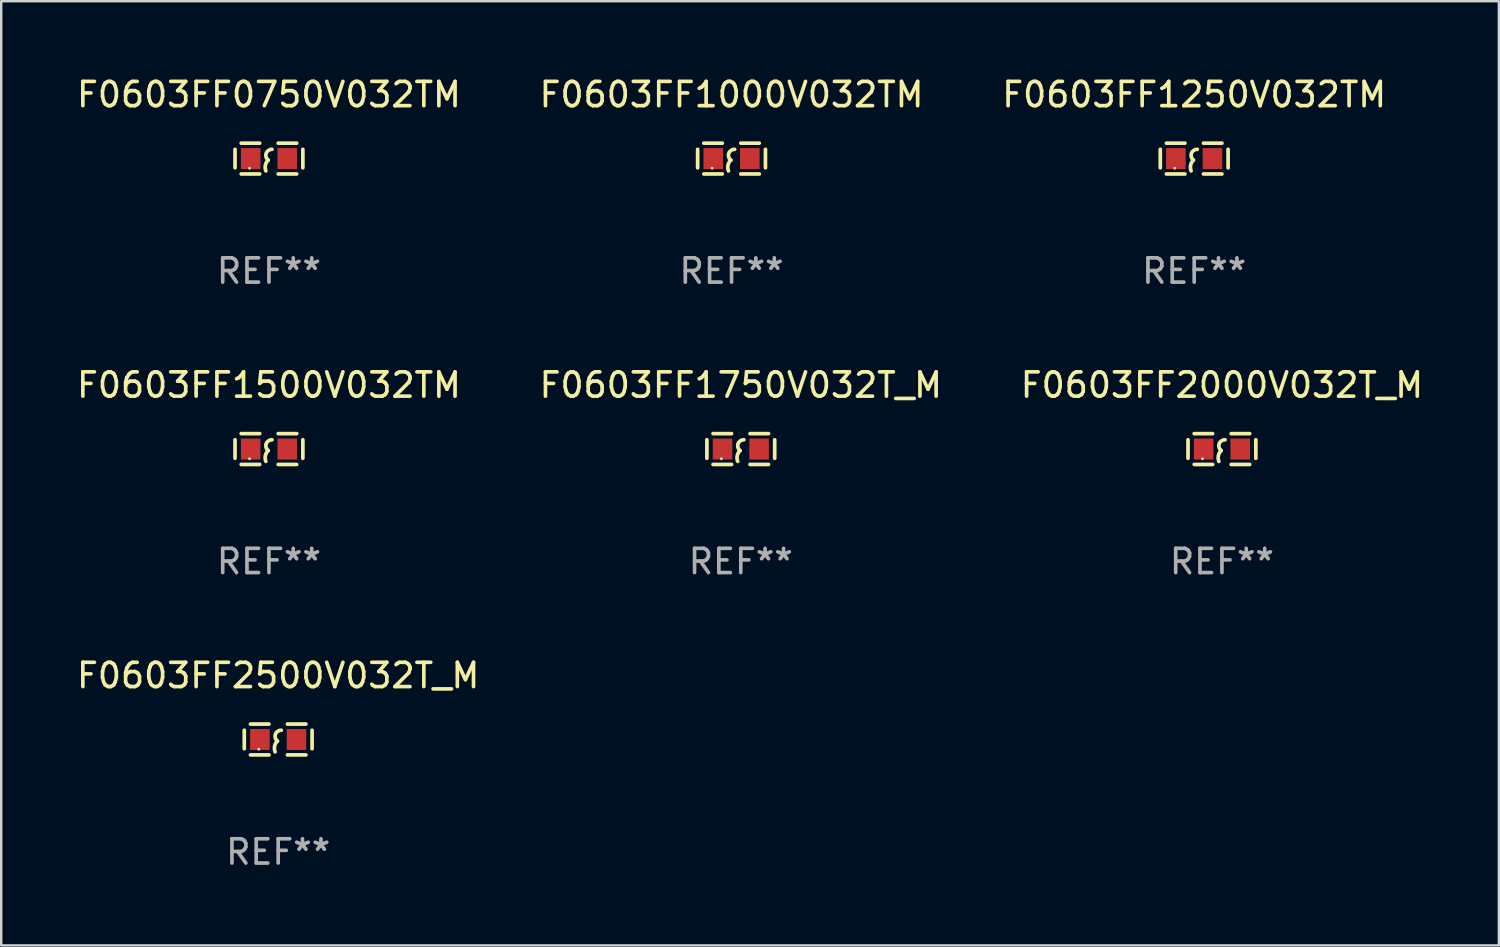
<source format=kicad_pcb>
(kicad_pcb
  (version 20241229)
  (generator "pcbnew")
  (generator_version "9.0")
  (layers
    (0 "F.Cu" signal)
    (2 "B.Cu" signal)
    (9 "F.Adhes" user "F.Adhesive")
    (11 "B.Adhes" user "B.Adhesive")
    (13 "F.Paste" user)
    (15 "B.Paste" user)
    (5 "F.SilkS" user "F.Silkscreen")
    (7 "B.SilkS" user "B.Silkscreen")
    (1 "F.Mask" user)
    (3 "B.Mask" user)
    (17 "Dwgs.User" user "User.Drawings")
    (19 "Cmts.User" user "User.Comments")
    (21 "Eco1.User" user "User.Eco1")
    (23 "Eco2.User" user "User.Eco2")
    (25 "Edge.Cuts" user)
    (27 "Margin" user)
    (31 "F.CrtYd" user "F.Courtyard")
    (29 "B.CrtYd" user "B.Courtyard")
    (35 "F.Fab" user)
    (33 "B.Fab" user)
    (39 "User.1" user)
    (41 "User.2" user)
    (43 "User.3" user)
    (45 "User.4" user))
  (footprint "F0603FF1500V032TM"
    (layer "F.Cu")
    (at 8.03 15.45)
    (property "Reference" "F0603FF1500V032TM" (at 0 -2.635 0) (layer "F.SilkS") (effects (font (size 1 1) (thickness 0.15))))
    (attr through_hole)
    (fp_line (start -1.397 -0.381) (end -1.397 0.381) (stroke (width 0.152) (type solid)) (layer "F.SilkS"))
    (fp_line (start -0.381 -0.635) (end -1.143 -0.635) (stroke (width 0.152) (type solid)) (layer "F.SilkS"))
    (fp_line (start -0.381 0.635) (end -1.143 0.635) (stroke (width 0.152) (type solid)) (layer "F.SilkS"))
    (fp_line (start 0.381 -0.635) (end 1.143 -0.635) (stroke (width 0.152) (type solid)) (layer "F.SilkS"))
    (fp_line (start 0.381 0.635) (end 1.143 0.635) (stroke (width 0.152) (type solid)) (layer "F.SilkS"))
    (fp_line (start 1.397 -0.381) (end 1.397 0.381) (stroke (width 0.152) (type solid)) (layer "F.SilkS"))
    (fp_arc (start -0.127 0.508001) (mid -0.146523 0.271131) (end -0.030861 0.0635) (stroke (width 0.151994) (type solid)) (layer "F.SilkS"))
    (fp_arc (start -0.03175 0.0635) (mid -0.113571 -0.216321) (end 0.127001 -0.381002) (stroke (width 0.151994) (type solid)) (layer "F.SilkS"))
    (fp_circle (center -0.8 0.4) (end -0.77 0.4) (stroke (width 0.06) (type solid)) (fill no) (layer "F.SilkS"))
    (fp_text user "REF**" (at 0 4.635 0) (layer "F.Fab") (effects (font (size 1 1) (thickness 0.15))))
    (pad "1" smd rect (at -0.753 0) (size 0.806 0.864) (layers "F.Cu" "F.Mask" "F.Paste"))
    (pad "2" smd rect (at 0.753 0) (size 0.806 0.864) (layers "F.Cu" "F.Mask" "F.Paste")))
  (footprint "F0603FF2000V032T_M"
    (layer "F.Cu")
    (at 47.292 15.45)
    (property "Reference" "F0603FF2000V032T_M" (at 0 -2.635 0) (layer "F.SilkS") (effects (font (size 1 1) (thickness 0.15))))
    (attr through_hole)
    (fp_line (start -1.397 -0.381) (end -1.397 0.381) (stroke (width 0.152) (type solid)) (layer "F.SilkS"))
    (fp_line (start -0.381 -0.635) (end -1.143 -0.635) (stroke (width 0.152) (type solid)) (layer "F.SilkS"))
    (fp_line (start -0.381 0.635) (end -1.143 0.635) (stroke (width 0.152) (type solid)) (layer "F.SilkS"))
    (fp_line (start 0.381 -0.635) (end 1.143 -0.635) (stroke (width 0.152) (type solid)) (layer "F.SilkS"))
    (fp_line (start 0.381 0.635) (end 1.143 0.635) (stroke (width 0.152) (type solid)) (layer "F.SilkS"))
    (fp_line (start 1.397 -0.381) (end 1.397 0.381) (stroke (width 0.152) (type solid)) (layer "F.SilkS"))
    (fp_arc (start -0.127 0.508001) (mid -0.146523 0.271131) (end -0.030861 0.0635) (stroke (width 0.151994) (type solid)) (layer "F.SilkS"))
    (fp_arc (start -0.03175 0.0635) (mid -0.113571 -0.216321) (end 0.127001 -0.381002) (stroke (width 0.151994) (type solid)) (layer "F.SilkS"))
    (fp_circle (center -0.8 0.4) (end -0.77 0.4) (stroke (width 0.06) (type solid)) (fill no) (layer "F.SilkS"))
    (fp_text user "REF**" (at 0 4.635 0) (layer "F.Fab") (effects (font (size 1 1) (thickness 0.15))))
    (pad "1" smd rect (at -0.753 0) (size 0.806 0.864) (layers "F.Cu" "F.Mask" "F.Paste"))
    (pad "2" smd rect (at 0.753 0) (size 0.806 0.864) (layers "F.Cu" "F.Mask" "F.Paste")))
  (footprint "F0603FF0750V032TM"
    (layer "F.Cu")
    (at 8.03 3.483)
    (property "Reference" "F0603FF0750V032TM" (at 0 -2.635 0) (layer "F.SilkS") (effects (font (size 1 1) (thickness 0.15))))
    (attr through_hole)
    (fp_line (start -1.397 -0.381) (end -1.397 0.381) (stroke (width 0.152) (type solid)) (layer "F.SilkS"))
    (fp_line (start -0.381 -0.635) (end -1.143 -0.635) (stroke (width 0.152) (type solid)) (layer "F.SilkS"))
    (fp_line (start -0.381 0.635) (end -1.143 0.635) (stroke (width 0.152) (type solid)) (layer "F.SilkS"))
    (fp_line (start 0.381 -0.635) (end 1.143 -0.635) (stroke (width 0.152) (type solid)) (layer "F.SilkS"))
    (fp_line (start 0.381 0.635) (end 1.143 0.635) (stroke (width 0.152) (type solid)) (layer "F.SilkS"))
    (fp_line (start 1.397 -0.381) (end 1.397 0.381) (stroke (width 0.152) (type solid)) (layer "F.SilkS"))
    (fp_arc (start -0.127 0.508001) (mid -0.146523 0.271131) (end -0.030861 0.0635) (stroke (width 0.151994) (type solid)) (layer "F.SilkS"))
    (fp_arc (start -0.03175 0.0635) (mid -0.113571 -0.216321) (end 0.127001 -0.381002) (stroke (width 0.151994) (type solid)) (layer "F.SilkS"))
    (fp_circle (center -0.8 0.4) (end -0.77 0.4) (stroke (width 0.06) (type solid)) (fill no) (layer "F.SilkS"))
    (fp_text user "REF**" (at 0 4.635 0) (layer "F.Fab") (effects (font (size 1 1) (thickness 0.15))))
    (pad "1" smd rect (at -0.753 0) (size 0.806 0.864) (layers "F.Cu" "F.Mask" "F.Paste"))
    (pad "2" smd rect (at 0.753 0) (size 0.806 0.864) (layers "F.Cu" "F.Mask" "F.Paste")))
  (footprint "F0603FF1000V032TM"
    (layer "F.Cu")
    (at 27.089 3.483)
    (property "Reference" "F0603FF1000V032TM" (at 0 -2.635 0) (layer "F.SilkS") (effects (font (size 1 1) (thickness 0.15))))
    (attr through_hole)
    (fp_line (start -1.397 -0.381) (end -1.397 0.381) (stroke (width 0.152) (type solid)) (layer "F.SilkS"))
    (fp_line (start -0.381 -0.635) (end -1.143 -0.635) (stroke (width 0.152) (type solid)) (layer "F.SilkS"))
    (fp_line (start -0.381 0.635) (end -1.143 0.635) (stroke (width 0.152) (type solid)) (layer "F.SilkS"))
    (fp_line (start 0.381 -0.635) (end 1.143 -0.635) (stroke (width 0.152) (type solid)) (layer "F.SilkS"))
    (fp_line (start 0.381 0.635) (end 1.143 0.635) (stroke (width 0.152) (type solid)) (layer "F.SilkS"))
    (fp_line (start 1.397 -0.381) (end 1.397 0.381) (stroke (width 0.152) (type solid)) (layer "F.SilkS"))
    (fp_arc (start -0.127 0.508001) (mid -0.146523 0.271131) (end -0.030861 0.0635) (stroke (width 0.151994) (type solid)) (layer "F.SilkS"))
    (fp_arc (start -0.03175 0.0635) (mid -0.113571 -0.216321) (end 0.127001 -0.381002) (stroke (width 0.151994) (type solid)) (layer "F.SilkS"))
    (fp_circle (center -0.8 0.4) (end -0.77 0.4) (stroke (width 0.06) (type solid)) (fill no) (layer "F.SilkS"))
    (fp_text user "REF**" (at 0 4.635 0) (layer "F.Fab") (effects (font (size 1 1) (thickness 0.15))))
    (pad "1" smd rect (at -0.753 0) (size 0.806 0.864) (layers "F.Cu" "F.Mask" "F.Paste"))
    (pad "2" smd rect (at 0.753 0) (size 0.806 0.864) (layers "F.Cu" "F.Mask" "F.Paste")))
  (footprint "F0603FF2500V032T_M"
    (layer "F.Cu")
    (at 8.411 27.416)
    (property "Reference" "F0603FF2500V032T_M" (at 0 -2.635 0) (layer "F.SilkS") (effects (font (size 1 1) (thickness 0.15))))
    (attr through_hole)
    (fp_line (start -1.397 -0.381) (end -1.397 0.381) (stroke (width 0.152) (type solid)) (layer "F.SilkS"))
    (fp_line (start -0.381 -0.635) (end -1.143 -0.635) (stroke (width 0.152) (type solid)) (layer "F.SilkS"))
    (fp_line (start -0.381 0.635) (end -1.143 0.635) (stroke (width 0.152) (type solid)) (layer "F.SilkS"))
    (fp_line (start 0.381 -0.635) (end 1.143 -0.635) (stroke (width 0.152) (type solid)) (layer "F.SilkS"))
    (fp_line (start 0.381 0.635) (end 1.143 0.635) (stroke (width 0.152) (type solid)) (layer "F.SilkS"))
    (fp_line (start 1.397 -0.381) (end 1.397 0.381) (stroke (width 0.152) (type solid)) (layer "F.SilkS"))
    (fp_arc (start -0.127 0.508001) (mid -0.146523 0.271131) (end -0.030861 0.0635) (stroke (width 0.151994) (type solid)) (layer "F.SilkS"))
    (fp_arc (start -0.03175 0.0635) (mid -0.113571 -0.216321) (end 0.127001 -0.381002) (stroke (width 0.151994) (type solid)) (layer "F.SilkS"))
    (fp_circle (center -0.8 0.4) (end -0.77 0.4) (stroke (width 0.06) (type solid)) (fill no) (layer "F.SilkS"))
    (fp_text user "REF**" (at 0 4.635 0) (layer "F.Fab") (effects (font (size 1 1) (thickness 0.15))))
    (pad "1" smd rect (at -0.753 0) (size 0.806 0.864) (layers "F.Cu" "F.Mask" "F.Paste"))
    (pad "2" smd rect (at 0.753 0) (size 0.806 0.864) (layers "F.Cu" "F.Mask" "F.Paste")))
  (footprint "F0603FF1750V032T_M"
    (layer "F.Cu")
    (at 27.47 15.45)
    (property "Reference" "F0603FF1750V032T_M" (at 0 -2.635 0) (layer "F.SilkS") (effects (font (size 1 1) (thickness 0.15))))
    (attr through_hole)
    (fp_line (start -1.397 -0.381) (end -1.397 0.381) (stroke (width 0.152) (type solid)) (layer "F.SilkS"))
    (fp_line (start -0.381 -0.635) (end -1.143 -0.635) (stroke (width 0.152) (type solid)) (layer "F.SilkS"))
    (fp_line (start -0.381 0.635) (end -1.143 0.635) (stroke (width 0.152) (type solid)) (layer "F.SilkS"))
    (fp_line (start 0.381 -0.635) (end 1.143 -0.635) (stroke (width 0.152) (type solid)) (layer "F.SilkS"))
    (fp_line (start 0.381 0.635) (end 1.143 0.635) (stroke (width 0.152) (type solid)) (layer "F.SilkS"))
    (fp_line (start 1.397 -0.381) (end 1.397 0.381) (stroke (width 0.152) (type solid)) (layer "F.SilkS"))
    (fp_arc (start -0.127 0.508001) (mid -0.146523 0.271131) (end -0.030861 0.0635) (stroke (width 0.151994) (type solid)) (layer "F.SilkS"))
    (fp_arc (start -0.03175 0.0635) (mid -0.113571 -0.216321) (end 0.127001 -0.381002) (stroke (width 0.151994) (type solid)) (layer "F.SilkS"))
    (fp_circle (center -0.8 0.4) (end -0.77 0.4) (stroke (width 0.06) (type solid)) (fill no) (layer "F.SilkS"))
    (fp_text user "REF**" (at 0 4.635 0) (layer "F.Fab") (effects (font (size 1 1) (thickness 0.15))))
    (pad "1" smd rect (at -0.753 0) (size 0.806 0.864) (layers "F.Cu" "F.Mask" "F.Paste"))
    (pad "2" smd rect (at 0.753 0) (size 0.806 0.864) (layers "F.Cu" "F.Mask" "F.Paste")))
  (footprint "F0603FF1250V032TM"
    (layer "F.Cu")
    (at 46.149 3.483)
    (property "Reference" "F0603FF1250V032TM" (at 0 -2.635 0) (layer "F.SilkS") (effects (font (size 1 1) (thickness 0.15))))
    (attr through_hole)
    (fp_line (start -1.397 -0.381) (end -1.397 0.381) (stroke (width 0.152) (type solid)) (layer "F.SilkS"))
    (fp_line (start -0.381 -0.635) (end -1.143 -0.635) (stroke (width 0.152) (type solid)) (layer "F.SilkS"))
    (fp_line (start -0.381 0.635) (end -1.143 0.635) (stroke (width 0.152) (type solid)) (layer "F.SilkS"))
    (fp_line (start 0.381 -0.635) (end 1.143 -0.635) (stroke (width 0.152) (type solid)) (layer "F.SilkS"))
    (fp_line (start 0.381 0.635) (end 1.143 0.635) (stroke (width 0.152) (type solid)) (layer "F.SilkS"))
    (fp_line (start 1.397 -0.381) (end 1.397 0.381) (stroke (width 0.152) (type solid)) (layer "F.SilkS"))
    (fp_arc (start -0.127 0.508001) (mid -0.146523 0.271131) (end -0.030861 0.0635) (stroke (width 0.151994) (type solid)) (layer "F.SilkS"))
    (fp_arc (start -0.03175 0.0635) (mid -0.113571 -0.216321) (end 0.127001 -0.381002) (stroke (width 0.151994) (type solid)) (layer "F.SilkS"))
    (fp_circle (center -0.8 0.4) (end -0.77 0.4) (stroke (width 0.06) (type solid)) (fill no) (layer "F.SilkS"))
    (fp_text user "REF**" (at 0 4.635 0) (layer "F.Fab") (effects (font (size 1 1) (thickness 0.15))))
    (pad "1" smd rect (at -0.753 0) (size 0.806 0.864) (layers "F.Cu" "F.Mask" "F.Paste"))
    (pad "2" smd rect (at 0.753 0) (size 0.806 0.864) (layers "F.Cu" "F.Mask" "F.Paste")))
  (gr_rect
    (start -3 -3)
    (end 58.702 35.9)
    (stroke (width 0.1) (type default))
    (fill no)
    (layer "Edge.Cuts")))
</source>
